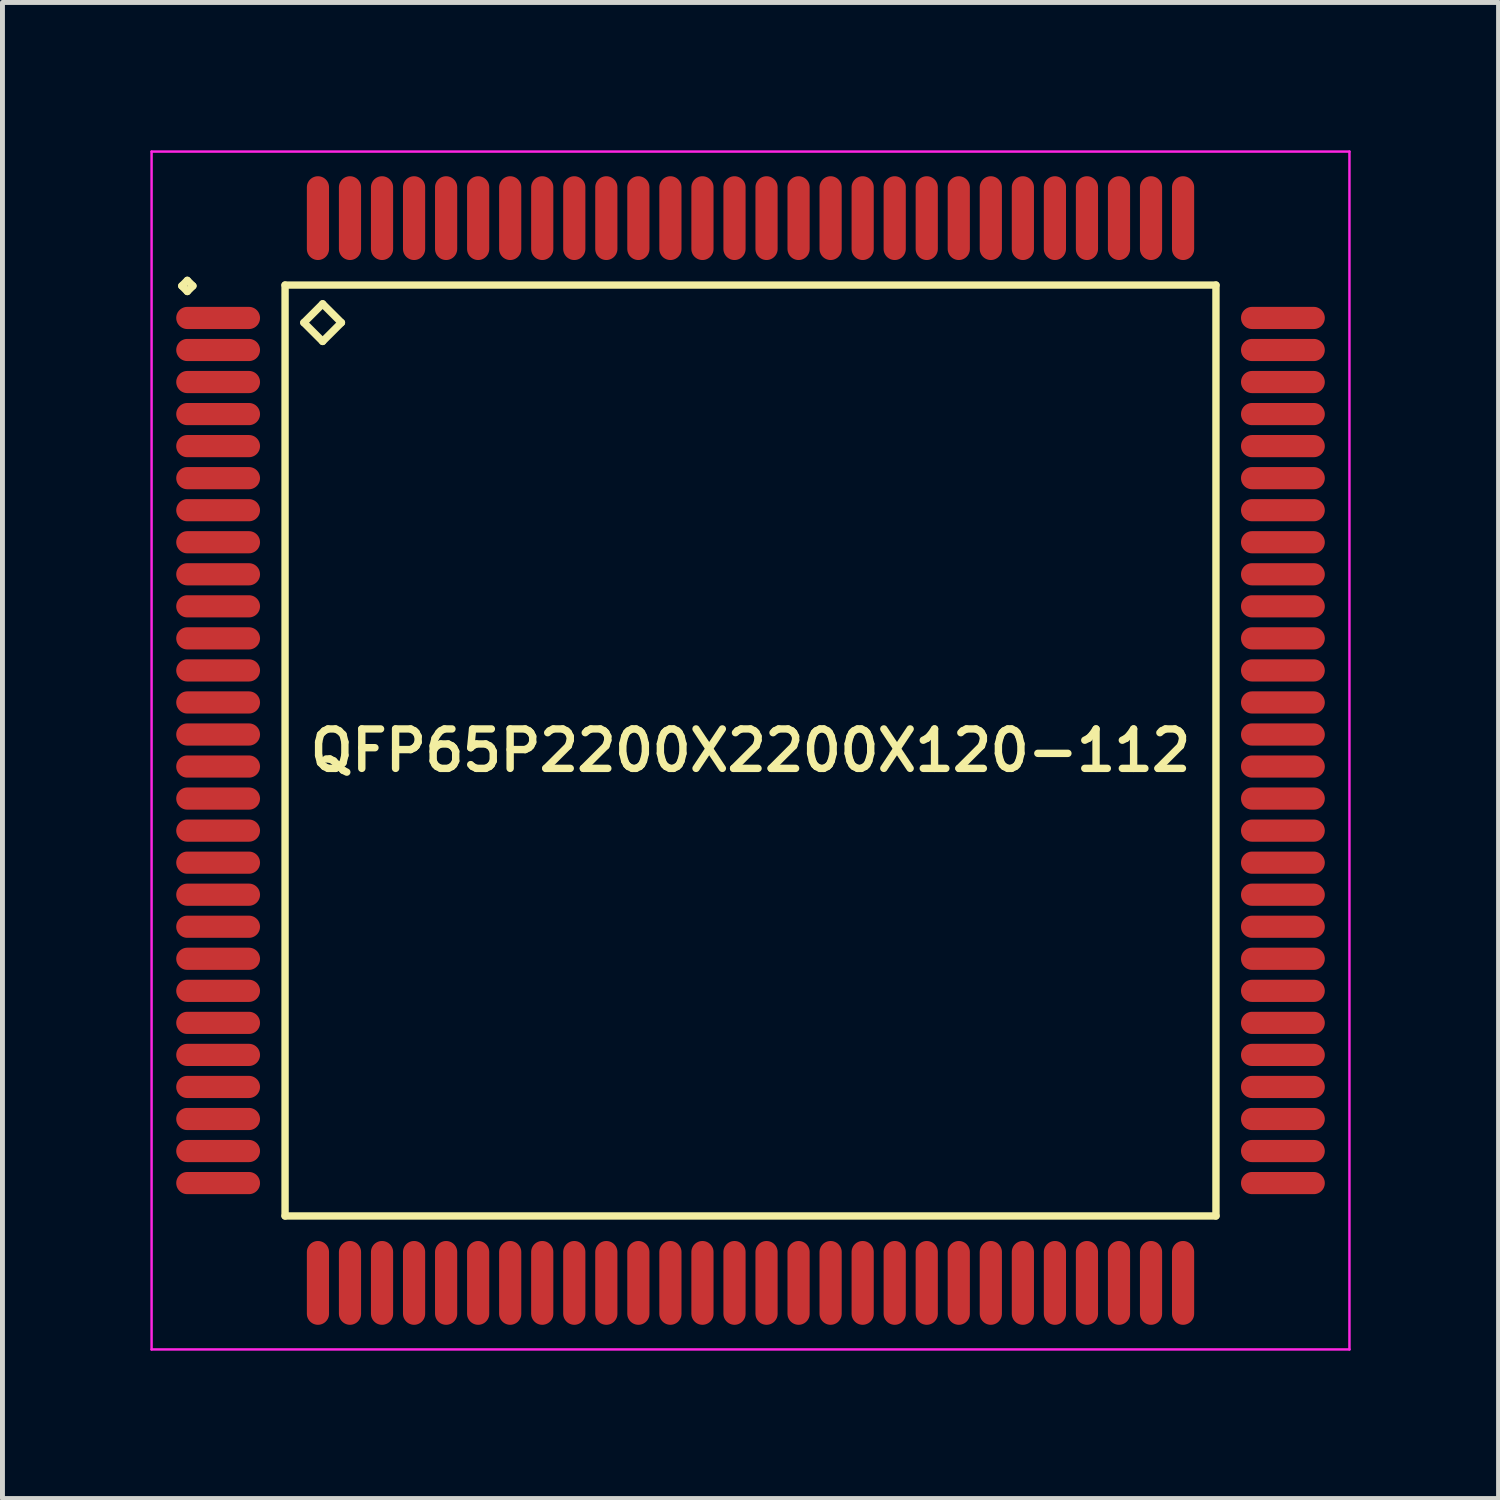
<source format=kicad_pcb>
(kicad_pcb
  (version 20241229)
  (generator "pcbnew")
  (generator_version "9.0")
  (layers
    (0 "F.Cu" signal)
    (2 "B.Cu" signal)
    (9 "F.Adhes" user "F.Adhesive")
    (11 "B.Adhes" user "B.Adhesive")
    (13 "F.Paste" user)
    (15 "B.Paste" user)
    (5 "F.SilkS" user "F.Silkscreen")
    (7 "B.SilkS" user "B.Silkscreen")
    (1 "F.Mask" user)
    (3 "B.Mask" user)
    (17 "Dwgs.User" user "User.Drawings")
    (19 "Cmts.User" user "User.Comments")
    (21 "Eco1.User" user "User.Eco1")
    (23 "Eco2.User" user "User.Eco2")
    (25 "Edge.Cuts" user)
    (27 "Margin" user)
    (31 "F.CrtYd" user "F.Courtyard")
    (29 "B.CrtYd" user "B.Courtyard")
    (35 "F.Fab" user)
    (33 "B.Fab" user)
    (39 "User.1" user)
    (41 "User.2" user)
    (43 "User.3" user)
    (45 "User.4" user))
  (footprint "QFP65P2200X2200X120-112"
    (layer "F.Cu")
    (at 12.175 12.175)
    (property "Reference" "QFP65P2200X2200X120-112" (at 0 0 0) (layer "F.SilkS") (effects (font (size 0.8 0.8) (thickness 0.15))))
    (attr smd)
    (fp_line (start -11.537 -9.425) (end -11.425 -9.537) (stroke (width 0.15) (type solid)) (layer "F.SilkS"))
    (fp_line (start -11.425 -9.537) (end -11.312 -9.425) (stroke (width 0.15) (type solid)) (layer "F.SilkS"))
    (fp_line (start -11.425 -9.312) (end -11.537 -9.425) (stroke (width 0.15) (type solid)) (layer "F.SilkS"))
    (fp_line (start -11.312 -9.425) (end -11.425 -9.312) (stroke (width 0.15) (type solid)) (layer "F.SilkS"))
    (fp_line (start -9.442 -9.442) (end -9.442 9.442) (stroke (width 0.15) (type solid)) (layer "F.SilkS"))
    (fp_line (start -9.442 9.442) (end 9.442 9.442) (stroke (width 0.15) (type solid)) (layer "F.SilkS"))
    (fp_line (start -9.061 -8.68) (end -8.68 -9.061) (stroke (width 0.15) (type solid)) (layer "F.SilkS"))
    (fp_line (start -8.68 -9.061) (end -8.299 -8.68) (stroke (width 0.15) (type solid)) (layer "F.SilkS"))
    (fp_line (start -8.68 -8.299) (end -9.061 -8.68) (stroke (width 0.15) (type solid)) (layer "F.SilkS"))
    (fp_line (start -8.299 -8.68) (end -8.68 -8.299) (stroke (width 0.15) (type solid)) (layer "F.SilkS"))
    (fp_line (start 9.442 -9.442) (end -9.442 -9.442) (stroke (width 0.15) (type solid)) (layer "F.SilkS"))
    (fp_line (start 9.442 9.442) (end 9.442 -9.442) (stroke (width 0.15) (type solid)) (layer "F.SilkS"))
    (fp_line (start -12.15 -12.15) (end 12.15 -12.15) (stroke (width 0.05) (type solid)) (layer "F.CrtYd"))
    (fp_line (start -12.15 12.15) (end -12.15 -12.15) (stroke (width 0.05) (type solid)) (layer "F.CrtYd"))
    (fp_line (start 12.15 -12.15) (end 12.15 12.15) (stroke (width 0.05) (type solid)) (layer "F.CrtYd"))
    (fp_line (start 12.15 12.15) (end -12.15 12.15) (stroke (width 0.05) (type solid)) (layer "F.CrtYd"))
    (pad "1" smd oval (at -10.8 -8.775) (size 1.7 0.45) (layers "F.Cu" "F.Mask" "F.Paste"))
    (pad "2" smd oval (at -10.8 -8.125) (size 1.7 0.45) (layers "F.Cu" "F.Mask" "F.Paste"))
    (pad "3" smd oval (at -10.8 -7.475) (size 1.7 0.45) (layers "F.Cu" "F.Mask" "F.Paste"))
    (pad "4" smd oval (at -10.8 -6.825) (size 1.7 0.45) (layers "F.Cu" "F.Mask" "F.Paste"))
    (pad "5" smd oval (at -10.8 -6.175) (size 1.7 0.45) (layers "F.Cu" "F.Mask" "F.Paste"))
    (pad "6" smd oval (at -10.8 -5.525) (size 1.7 0.45) (layers "F.Cu" "F.Mask" "F.Paste"))
    (pad "7" smd oval (at -10.8 -4.875) (size 1.7 0.45) (layers "F.Cu" "F.Mask" "F.Paste"))
    (pad "8" smd oval (at -10.8 -4.225) (size 1.7 0.45) (layers "F.Cu" "F.Mask" "F.Paste"))
    (pad "9" smd oval (at -10.8 -3.575) (size 1.7 0.45) (layers "F.Cu" "F.Mask" "F.Paste"))
    (pad "10" smd oval (at -10.8 -2.925) (size 1.7 0.45) (layers "F.Cu" "F.Mask" "F.Paste"))
    (pad "11" smd oval (at -10.8 -2.275) (size 1.7 0.45) (layers "F.Cu" "F.Mask" "F.Paste"))
    (pad "12" smd oval (at -10.8 -1.625) (size 1.7 0.45) (layers "F.Cu" "F.Mask" "F.Paste"))
    (pad "13" smd oval (at -10.8 -0.975) (size 1.7 0.45) (layers "F.Cu" "F.Mask" "F.Paste"))
    (pad "14" smd oval (at -10.8 -0.325) (size 1.7 0.45) (layers "F.Cu" "F.Mask" "F.Paste"))
    (pad "15" smd oval (at -10.8 0.325) (size 1.7 0.45) (layers "F.Cu" "F.Mask" "F.Paste"))
    (pad "16" smd oval (at -10.8 0.975) (size 1.7 0.45) (layers "F.Cu" "F.Mask" "F.Paste"))
    (pad "17" smd oval (at -10.8 1.625) (size 1.7 0.45) (layers "F.Cu" "F.Mask" "F.Paste"))
    (pad "18" smd oval (at -10.8 2.275) (size 1.7 0.45) (layers "F.Cu" "F.Mask" "F.Paste"))
    (pad "19" smd oval (at -10.8 2.925) (size 1.7 0.45) (layers "F.Cu" "F.Mask" "F.Paste"))
    (pad "20" smd oval (at -10.8 3.575) (size 1.7 0.45) (layers "F.Cu" "F.Mask" "F.Paste"))
    (pad "21" smd oval (at -10.8 4.225) (size 1.7 0.45) (layers "F.Cu" "F.Mask" "F.Paste"))
    (pad "22" smd oval (at -10.8 4.875) (size 1.7 0.45) (layers "F.Cu" "F.Mask" "F.Paste"))
    (pad "23" smd oval (at -10.8 5.525) (size 1.7 0.45) (layers "F.Cu" "F.Mask" "F.Paste"))
    (pad "24" smd oval (at -10.8 6.175) (size 1.7 0.45) (layers "F.Cu" "F.Mask" "F.Paste"))
    (pad "25" smd oval (at -10.8 6.825) (size 1.7 0.45) (layers "F.Cu" "F.Mask" "F.Paste"))
    (pad "26" smd oval (at -10.8 7.475) (size 1.7 0.45) (layers "F.Cu" "F.Mask" "F.Paste"))
    (pad "27" smd oval (at -10.8 8.125) (size 1.7 0.45) (layers "F.Cu" "F.Mask" "F.Paste"))
    (pad "28" smd oval (at -10.8 8.775) (size 1.7 0.45) (layers "F.Cu" "F.Mask" "F.Paste"))
    (pad "29" smd oval (at -8.775 10.8) (size 0.45 1.7) (layers "F.Cu" "F.Mask" "F.Paste"))
    (pad "30" smd oval (at -8.125 10.8) (size 0.45 1.7) (layers "F.Cu" "F.Mask" "F.Paste"))
    (pad "31" smd oval (at -7.475 10.8) (size 0.45 1.7) (layers "F.Cu" "F.Mask" "F.Paste"))
    (pad "32" smd oval (at -6.825 10.8) (size 0.45 1.7) (layers "F.Cu" "F.Mask" "F.Paste"))
    (pad "33" smd oval (at -6.175 10.8) (size 0.45 1.7) (layers "F.Cu" "F.Mask" "F.Paste"))
    (pad "34" smd oval (at -5.525 10.8) (size 0.45 1.7) (layers "F.Cu" "F.Mask" "F.Paste"))
    (pad "35" smd oval (at -4.875 10.8) (size 0.45 1.7) (layers "F.Cu" "F.Mask" "F.Paste"))
    (pad "36" smd oval (at -4.225 10.8) (size 0.45 1.7) (layers "F.Cu" "F.Mask" "F.Paste"))
    (pad "37" smd oval (at -3.575 10.8) (size 0.45 1.7) (layers "F.Cu" "F.Mask" "F.Paste"))
    (pad "38" smd oval (at -2.925 10.8) (size 0.45 1.7) (layers "F.Cu" "F.Mask" "F.Paste"))
    (pad "39" smd oval (at -2.275 10.8) (size 0.45 1.7) (layers "F.Cu" "F.Mask" "F.Paste"))
    (pad "40" smd oval (at -1.625 10.8) (size 0.45 1.7) (layers "F.Cu" "F.Mask" "F.Paste"))
    (pad "41" smd oval (at -0.975 10.8) (size 0.45 1.7) (layers "F.Cu" "F.Mask" "F.Paste"))
    (pad "42" smd oval (at -0.325 10.8) (size 0.45 1.7) (layers "F.Cu" "F.Mask" "F.Paste"))
    (pad "43" smd oval (at 0.325 10.8) (size 0.45 1.7) (layers "F.Cu" "F.Mask" "F.Paste"))
    (pad "44" smd oval (at 0.975 10.8) (size 0.45 1.7) (layers "F.Cu" "F.Mask" "F.Paste"))
    (pad "45" smd oval (at 1.625 10.8) (size 0.45 1.7) (layers "F.Cu" "F.Mask" "F.Paste"))
    (pad "46" smd oval (at 2.275 10.8) (size 0.45 1.7) (layers "F.Cu" "F.Mask" "F.Paste"))
    (pad "47" smd oval (at 2.925 10.8) (size 0.45 1.7) (layers "F.Cu" "F.Mask" "F.Paste"))
    (pad "48" smd oval (at 3.575 10.8) (size 0.45 1.7) (layers "F.Cu" "F.Mask" "F.Paste"))
    (pad "49" smd oval (at 4.225 10.8) (size 0.45 1.7) (layers "F.Cu" "F.Mask" "F.Paste"))
    (pad "50" smd oval (at 4.875 10.8) (size 0.45 1.7) (layers "F.Cu" "F.Mask" "F.Paste"))
    (pad "51" smd oval (at 5.525 10.8) (size 0.45 1.7) (layers "F.Cu" "F.Mask" "F.Paste"))
    (pad "52" smd oval (at 6.175 10.8) (size 0.45 1.7) (layers "F.Cu" "F.Mask" "F.Paste"))
    (pad "53" smd oval (at 6.825 10.8) (size 0.45 1.7) (layers "F.Cu" "F.Mask" "F.Paste"))
    (pad "54" smd oval (at 7.475 10.8) (size 0.45 1.7) (layers "F.Cu" "F.Mask" "F.Paste"))
    (pad "55" smd oval (at 8.125 10.8) (size 0.45 1.7) (layers "F.Cu" "F.Mask" "F.Paste"))
    (pad "56" smd oval (at 8.775 10.8) (size 0.45 1.7) (layers "F.Cu" "F.Mask" "F.Paste"))
    (pad "57" smd oval (at 10.8 8.775) (size 1.7 0.45) (layers "F.Cu" "F.Mask" "F.Paste"))
    (pad "58" smd oval (at 10.8 8.125) (size 1.7 0.45) (layers "F.Cu" "F.Mask" "F.Paste"))
    (pad "59" smd oval (at 10.8 7.475) (size 1.7 0.45) (layers "F.Cu" "F.Mask" "F.Paste"))
    (pad "60" smd oval (at 10.8 6.825) (size 1.7 0.45) (layers "F.Cu" "F.Mask" "F.Paste"))
    (pad "61" smd oval (at 10.8 6.175) (size 1.7 0.45) (layers "F.Cu" "F.Mask" "F.Paste"))
    (pad "62" smd oval (at 10.8 5.525) (size 1.7 0.45) (layers "F.Cu" "F.Mask" "F.Paste"))
    (pad "63" smd oval (at 10.8 4.875) (size 1.7 0.45) (layers "F.Cu" "F.Mask" "F.Paste"))
    (pad "64" smd oval (at 10.8 4.225) (size 1.7 0.45) (layers "F.Cu" "F.Mask" "F.Paste"))
    (pad "65" smd oval (at 10.8 3.575) (size 1.7 0.45) (layers "F.Cu" "F.Mask" "F.Paste"))
    (pad "66" smd oval (at 10.8 2.925) (size 1.7 0.45) (layers "F.Cu" "F.Mask" "F.Paste"))
    (pad "67" smd oval (at 10.8 2.275) (size 1.7 0.45) (layers "F.Cu" "F.Mask" "F.Paste"))
    (pad "68" smd oval (at 10.8 1.625) (size 1.7 0.45) (layers "F.Cu" "F.Mask" "F.Paste"))
    (pad "69" smd oval (at 10.8 0.975) (size 1.7 0.45) (layers "F.Cu" "F.Mask" "F.Paste"))
    (pad "70" smd oval (at 10.8 0.325) (size 1.7 0.45) (layers "F.Cu" "F.Mask" "F.Paste"))
    (pad "71" smd oval (at 10.8 -0.325) (size 1.7 0.45) (layers "F.Cu" "F.Mask" "F.Paste"))
    (pad "72" smd oval (at 10.8 -0.975) (size 1.7 0.45) (layers "F.Cu" "F.Mask" "F.Paste"))
    (pad "73" smd oval (at 10.8 -1.625) (size 1.7 0.45) (layers "F.Cu" "F.Mask" "F.Paste"))
    (pad "74" smd oval (at 10.8 -2.275) (size 1.7 0.45) (layers "F.Cu" "F.Mask" "F.Paste"))
    (pad "75" smd oval (at 10.8 -2.925) (size 1.7 0.45) (layers "F.Cu" "F.Mask" "F.Paste"))
    (pad "76" smd oval (at 10.8 -3.575) (size 1.7 0.45) (layers "F.Cu" "F.Mask" "F.Paste"))
    (pad "77" smd oval (at 10.8 -4.225) (size 1.7 0.45) (layers "F.Cu" "F.Mask" "F.Paste"))
    (pad "78" smd oval (at 10.8 -4.875) (size 1.7 0.45) (layers "F.Cu" "F.Mask" "F.Paste"))
    (pad "79" smd oval (at 10.8 -5.525) (size 1.7 0.45) (layers "F.Cu" "F.Mask" "F.Paste"))
    (pad "80" smd oval (at 10.8 -6.175) (size 1.7 0.45) (layers "F.Cu" "F.Mask" "F.Paste"))
    (pad "81" smd oval (at 10.8 -6.825) (size 1.7 0.45) (layers "F.Cu" "F.Mask" "F.Paste"))
    (pad "82" smd oval (at 10.8 -7.475) (size 1.7 0.45) (layers "F.Cu" "F.Mask" "F.Paste"))
    (pad "83" smd oval (at 10.8 -8.125) (size 1.7 0.45) (layers "F.Cu" "F.Mask" "F.Paste"))
    (pad "84" smd oval (at 10.8 -8.775) (size 1.7 0.45) (layers "F.Cu" "F.Mask" "F.Paste"))
    (pad "85" smd oval (at 8.775 -10.8) (size 0.45 1.7) (layers "F.Cu" "F.Mask" "F.Paste"))
    (pad "86" smd oval (at 8.125 -10.8) (size 0.45 1.7) (layers "F.Cu" "F.Mask" "F.Paste"))
    (pad "87" smd oval (at 7.475 -10.8) (size 0.45 1.7) (layers "F.Cu" "F.Mask" "F.Paste"))
    (pad "88" smd oval (at 6.825 -10.8) (size 0.45 1.7) (layers "F.Cu" "F.Mask" "F.Paste"))
    (pad "89" smd oval (at 6.175 -10.8) (size 0.45 1.7) (layers "F.Cu" "F.Mask" "F.Paste"))
    (pad "90" smd oval (at 5.525 -10.8) (size 0.45 1.7) (layers "F.Cu" "F.Mask" "F.Paste"))
    (pad "91" smd oval (at 4.875 -10.8) (size 0.45 1.7) (layers "F.Cu" "F.Mask" "F.Paste"))
    (pad "92" smd oval (at 4.225 -10.8) (size 0.45 1.7) (layers "F.Cu" "F.Mask" "F.Paste"))
    (pad "93" smd oval (at 3.575 -10.8) (size 0.45 1.7) (layers "F.Cu" "F.Mask" "F.Paste"))
    (pad "94" smd oval (at 2.925 -10.8) (size 0.45 1.7) (layers "F.Cu" "F.Mask" "F.Paste"))
    (pad "95" smd oval (at 2.275 -10.8) (size 0.45 1.7) (layers "F.Cu" "F.Mask" "F.Paste"))
    (pad "96" smd oval (at 1.625 -10.8) (size 0.45 1.7) (layers "F.Cu" "F.Mask" "F.Paste"))
    (pad "97" smd oval (at 0.975 -10.8) (size 0.45 1.7) (layers "F.Cu" "F.Mask" "F.Paste"))
    (pad "98" smd oval (at 0.325 -10.8) (size 0.45 1.7) (layers "F.Cu" "F.Mask" "F.Paste"))
    (pad "99" smd oval (at -0.325 -10.8) (size 0.45 1.7) (layers "F.Cu" "F.Mask" "F.Paste"))
    (pad "100" smd oval (at -0.975 -10.8) (size 0.45 1.7) (layers "F.Cu" "F.Mask" "F.Paste"))
    (pad "101" smd oval (at -1.625 -10.8) (size 0.45 1.7) (layers "F.Cu" "F.Mask" "F.Paste"))
    (pad "102" smd oval (at -2.275 -10.8) (size 0.45 1.7) (layers "F.Cu" "F.Mask" "F.Paste"))
    (pad "103" smd oval (at -2.925 -10.8) (size 0.45 1.7) (layers "F.Cu" "F.Mask" "F.Paste"))
    (pad "104" smd oval (at -3.575 -10.8) (size 0.45 1.7) (layers "F.Cu" "F.Mask" "F.Paste"))
    (pad "105" smd oval (at -4.225 -10.8) (size 0.45 1.7) (layers "F.Cu" "F.Mask" "F.Paste"))
    (pad "106" smd oval (at -4.875 -10.8) (size 0.45 1.7) (layers "F.Cu" "F.Mask" "F.Paste"))
    (pad "107" smd oval (at -5.525 -10.8) (size 0.45 1.7) (layers "F.Cu" "F.Mask" "F.Paste"))
    (pad "108" smd oval (at -6.175 -10.8) (size 0.45 1.7) (layers "F.Cu" "F.Mask" "F.Paste"))
    (pad "109" smd oval (at -6.825 -10.8) (size 0.45 1.7) (layers "F.Cu" "F.Mask" "F.Paste"))
    (pad "110" smd oval (at -7.475 -10.8) (size 0.45 1.7) (layers "F.Cu" "F.Mask" "F.Paste"))
    (pad "111" smd oval (at -8.125 -10.8) (size 0.45 1.7) (layers "F.Cu" "F.Mask" "F.Paste"))
    (pad "112" smd oval (at -8.775 -10.8) (size 0.45 1.7) (layers "F.Cu" "F.Mask" "F.Paste")))
  (gr_rect
    (start -3 -3)
    (end 27.35 27.35)
    (stroke (width 0.1) (type default))
    (fill no)
    (layer "Edge.Cuts")))
</source>
